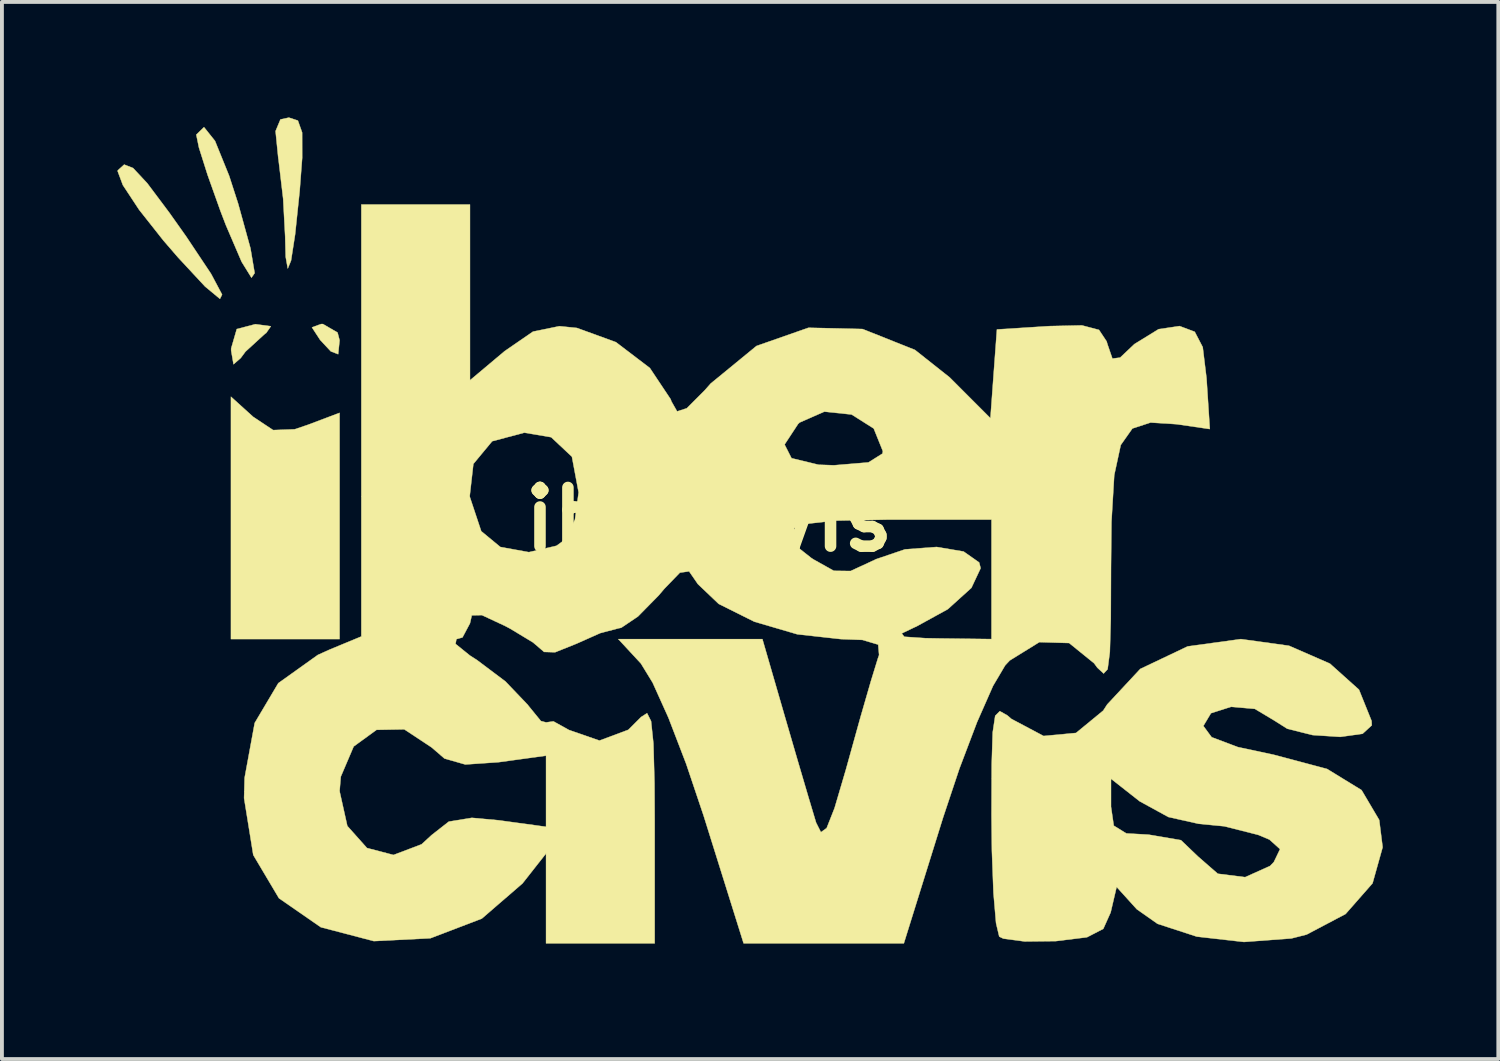
<source format=kicad_pcb>
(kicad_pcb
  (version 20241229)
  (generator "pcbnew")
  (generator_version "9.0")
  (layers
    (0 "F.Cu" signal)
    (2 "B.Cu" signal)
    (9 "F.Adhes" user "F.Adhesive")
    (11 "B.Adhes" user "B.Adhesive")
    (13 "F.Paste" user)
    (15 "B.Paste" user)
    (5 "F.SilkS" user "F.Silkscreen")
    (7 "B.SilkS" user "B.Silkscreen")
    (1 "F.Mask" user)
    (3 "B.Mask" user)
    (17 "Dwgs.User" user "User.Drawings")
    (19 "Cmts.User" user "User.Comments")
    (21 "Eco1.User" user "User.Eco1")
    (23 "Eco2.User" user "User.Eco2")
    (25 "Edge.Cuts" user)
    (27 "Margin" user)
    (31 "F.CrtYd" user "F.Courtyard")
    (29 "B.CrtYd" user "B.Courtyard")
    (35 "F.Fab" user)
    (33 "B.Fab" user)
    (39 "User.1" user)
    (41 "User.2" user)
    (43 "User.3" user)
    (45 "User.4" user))
  (footprint "ibercivis"
    (layer "F.Cu")
    (at 15.367 10.447)
    (property "Reference" "ibercivis" (at 0 0 0) (layer "F.SilkS") (effects (font (size 1.524 1.524) (thickness 0.3))))
    (attr through_hole)
    (fp_poly (pts (xy -11.839 -2.668) (xy -11.322 -2.325) (xy -10.763 -2.346) (xy -10.428 -2.459) (xy -9.596 -2.773) (xy -9.596 3.104) (xy -12.418 3.104) (xy -12.418 -3.192) (xy -11.839 -2.668)) (stroke (width 0.01) (type solid)) (fill yes) (layer "F.SilkS"))
    (fp_poly (pts (xy -9.649 -4.859) (xy -9.596 -4.657) (xy -9.633 -4.296) (xy -9.825 -4.371) (xy -10.101 -4.667) (xy -10.314 -4.993) (xy -10.077 -5.08) (xy -10.03 -5.08) (xy -9.649 -4.859)) (stroke (width 0.01) (type solid)) (fill yes) (layer "F.SilkS"))
    (fp_poly (pts (xy -11.381 -5.022) (xy -11.503 -4.847) (xy -11.534 -4.827) (xy -12.041 -4.363) (xy -12.165 -4.196) (xy -12.351 -4.034) (xy -12.413 -4.393) (xy -12.413 -4.445) (xy -12.267 -4.949) (xy -11.783 -5.076) (xy -11.381 -5.022)) (stroke (width 0.01) (type solid)) (fill yes) (layer "F.SilkS"))
    (fp_poly (pts (xy -12.832 -9.836) (xy -12.465 -8.931) (xy -12.231 -8.207) (xy -11.911 -7.047) (xy -11.802 -6.403) (xy -11.885 -6.284) (xy -12.141 -6.697) (xy -12.55 -7.65) (xy -12.693 -8.023) (xy -13.025 -8.954) (xy -13.249 -9.662) (xy -13.318 -9.997) (xy -13.318 -9.999) (xy -13.118 -10.194) (xy -12.832 -9.836)) (stroke (width 0.01) (type solid)) (fill yes) (layer "F.SilkS"))
    (fp_poly (pts (xy -14.96 -9.131) (xy -14.592 -8.737) (xy -14.02 -7.974) (xy -13.58 -7.353) (xy -12.935 -6.385) (xy -12.648 -5.845) (xy -12.704 -5.734) (xy -13.091 -6.055) (xy -13.793 -6.811) (xy -14.175 -7.253) (xy -14.803 -8.048) (xy -15.226 -8.69) (xy -15.362 -9.054) (xy -15.355 -9.074) (xy -15.191 -9.222) (xy -14.96 -9.131)) (stroke (width 0.01) (type solid)) (fill yes) (layer "F.SilkS"))
    (fp_poly (pts (xy -10.679 -10.365) (xy -10.569 -10.055) (xy -10.568 -9.396) (xy -10.633 -8.537) (xy -10.751 -7.41) (xy -10.857 -6.728) (xy -10.942 -6.522) (xy -10.996 -6.825) (xy -11.01 -7.361) (xy -11.062 -8.337) (xy -11.183 -9.358) (xy -11.188 -9.384) (xy -11.259 -10.091) (xy -11.132 -10.395) (xy -10.913 -10.442) (xy -10.679 -10.365)) (stroke (width 0.01) (type solid)) (fill yes) (layer "F.SilkS"))
    (fp_poly (pts (xy 15.066 3.277) (xy 16.129 3.741) (xy 16.884 4.418) (xy 17.211 5.23) (xy 17.216 5.344) (xy 16.977 5.563) (xy 16.397 5.644) (xy 15.678 5.597) (xy 15.022 5.433) (xy 14.664 5.207) (xy 14.177 4.916) (xy 13.56 4.863) (xy 13.039 5.029) (xy 12.841 5.36) (xy 13.056 5.652) (xy 13.737 5.909) (xy 14.664 6.107) (xy 16.054 6.477) (xy 16.951 7.027) (xy 17.409 7.802) (xy 17.498 8.511) (xy 17.236 9.447) (xy 16.536 10.244) (xy 15.522 10.779) (xy 15.129 10.879) (xy 13.896 10.971) (xy 12.671 10.832) (xy 11.65 10.499) (xy 11.112 10.121) (xy 10.588 9.542) (xy 10.433 10.204) (xy 10.242 10.63) (xy 9.818 10.849) (xy 9.009 10.949) (xy 8.201 10.958) (xy 7.646 10.884) (xy 7.539 10.832) (xy 7.456 10.482) (xy 7.389 9.695) (xy 7.348 8.599) (xy 7.338 7.67) (xy 7.339 7.458) (xy 10.442 7.458) (xy 10.514 7.95) (xy 10.839 8.151) (xy 11.42 8.184) (xy 12.259 8.327) (xy 12.7 8.749) (xy 13.216 9.199) (xy 13.926 9.288) (xy 14.575 8.996) (xy 14.672 8.895) (xy 14.833 8.56) (xy 14.558 8.312) (xy 14.265 8.189) (xy 13.384 7.966) (xy 12.72 7.902) (xy 11.933 7.726) (xy 11.186 7.317) (xy 10.442 6.732) (xy 10.442 7.458) (xy 7.339 7.458) (xy 7.343 6.359) (xy 7.369 5.529) (xy 7.434 5.096) (xy 7.554 4.976) (xy 7.748 5.085) (xy 7.854 5.177) (xy 8.691 5.621) (xy 9.533 5.542) (xy 10.24 4.961) (xy 10.343 4.802) (xy 11.202 3.879) (xy 12.432 3.294) (xy 13.815 3.104) (xy 15.066 3.277)) (stroke (width 0.01) (type solid)) (fill yes) (layer "F.SilkS"))
    (fp_poly (pts (xy -6.209 -3.619) (xy -5.307 -4.377) (xy -4.572 -4.883) (xy -3.886 -5.024) (xy -3.432 -4.978) (xy -2.418 -4.609) (xy -1.537 -3.938) (xy -0.996 -3.126) (xy -0.976 -3.069) (xy -0.829 -2.811) (xy -0.577 -2.892) (xy -0.112 -3.358) (xy 0.042 -3.533) (xy 1.233 -4.51) (xy 2.583 -4.983) (xy 3.988 -4.95) (xy 5.349 -4.408) (xy 6.252 -3.693) (xy 7.31 -2.634) (xy 7.394 -3.787) (xy 7.479 -4.939) (xy 8.842 -5.026) (xy 9.686 -5.045) (xy 10.13 -4.928) (xy 10.329 -4.628) (xy 10.349 -4.558) (xy 10.478 -4.183) (xy 10.679 -4.208) (xy 11.05 -4.559) (xy 11.678 -4.946) (xy 12.223 -5.027) (xy 12.617 -4.879) (xy 12.825 -4.479) (xy 12.923 -3.674) (xy 12.925 -3.645) (xy 13.009 -2.352) (xy 12.147 -2.478) (xy 11.47 -2.521) (xy 10.998 -2.367) (xy 10.695 -1.937) (xy 10.526 -1.154) (xy 10.454 0.059) (xy 10.442 1.226) (xy 10.437 2.577) (xy 10.412 3.438) (xy 10.354 3.887) (xy 10.251 3.998) (xy 10.088 3.848) (xy 10.003 3.732) (xy 9.354 3.206) (xy 8.581 3.183) (xy 7.812 3.659) (xy 7.694 3.785) (xy 7.378 4.319) (xy 6.963 5.26) (xy 6.503 6.472) (xy 6.081 7.736) (xy 5.061 11.007) (xy 0.899 11.007) (xy -0.14 7.691) (xy -0.593 6.345) (xy -1.053 5.148) (xy -1.465 4.234) (xy -1.768 3.739) (xy -2.356 3.104) (xy 1.387 3.104) (xy 1.98 5.151) (xy 2.3 6.249) (xy 2.584 7.213) (xy 2.774 7.847) (xy 2.783 7.875) (xy 2.907 8.12) (xy 3.056 8.013) (xy 3.261 7.494) (xy 3.554 6.5) (xy 3.626 6.241) (xy 3.935 5.13) (xy 4.204 4.2) (xy 4.386 3.608) (xy 4.418 3.517) (xy 4.395 3.247) (xy 3.984 3.125) (xy 3.423 3.104) (xy 2.294 2.979) (xy 1.176 2.651) (xy 0.252 2.19) (xy -0.295 1.669) (xy -0.304 1.653) (xy -0.517 1.344) (xy -0.756 1.378) (xy -1.164 1.8) (xy -1.308 1.97) (xy -1.845 2.516) (xy -2.28 2.809) (xy -2.353 2.824) (xy -2.824 2.948) (xy -3.442 3.223) (xy -3.998 3.446) (xy -4.286 3.437) (xy -4.289 3.433) (xy -4.573 3.19) (xy -5.164 2.833) (xy -5.292 2.765) (xy -5.9 2.481) (xy -6.162 2.487) (xy -6.209 2.694) (xy -6.404 3.061) (xy -6.562 3.105) (xy -6.584 3.229) (xy -6.206 3.534) (xy -6.03 3.646) (xy -5.289 4.203) (xy -4.708 4.811) (xy -4.69 4.836) (xy -4.367 5.232) (xy -4.233 5.268) (xy -4.041 5.241) (xy -3.636 5.466) (xy -2.846 5.74) (xy -2.096 5.46) (xy -1.764 5.128) (xy -1.609 5.029) (xy -1.505 5.235) (xy -1.444 5.817) (xy -1.416 6.845) (xy -1.411 7.848) (xy -1.411 11.007) (xy -4.233 11.007) (xy -4.233 8.673) (xy -4.845 9.451) (xy -5.903 10.365) (xy -7.239 10.875) (xy -8.706 10.949) (xy -10.084 10.588) (xy -11.171 9.835) (xy -11.838 8.712) (xy -12.077 7.234) (xy -12.072 7.056) (xy -9.596 7.056) (xy -9.395 7.958) (xy -8.884 8.531) (xy -8.196 8.711) (xy -7.466 8.434) (xy -7.206 8.195) (xy -6.759 7.845) (xy -6.16 7.747) (xy -5.469 7.81) (xy -4.233 7.979) (xy -4.233 6.132) (xy -5.469 6.302) (xy -6.33 6.361) (xy -6.872 6.206) (xy -7.206 5.917) (xy -7.916 5.448) (xy -8.636 5.461) (xy -9.23 5.893) (xy -9.565 6.678) (xy -9.596 7.056) (xy -12.072 7.056) (xy -12.063 6.707) (xy -11.801 5.282) (xy -11.188 4.249) (xy -10.162 3.516) (xy -9.85 3.375) (xy -9.031 3.036) (xy -9.031 -0.601) (xy -6.217 -0.601) (xy -5.917 0.301) (xy -5.419 0.712) (xy -4.679 0.846) (xy -3.962 0.68) (xy -3.725 0.508) (xy -3.627 0.303) (xy 2.048 0.303) (xy 2.14 0.588) (xy 2.654 0.995) (xy 2.708 1.031) (xy 3.242 1.33) (xy 3.677 1.336) (xy 4.298 1.049) (xy 4.331 1.031) (xy 5.091 0.773) (xy 5.911 0.711) (xy 6.613 0.829) (xy 7.017 1.113) (xy 7.056 1.262) (xy 6.816 1.773) (xy 6.202 2.328) (xy 5.374 2.783) (xy 5.356 2.789) (xy 5.006 2.956) (xy 5.072 3.043) (xy 5.616 3.08) (xy 5.997 3.087) (xy 7.338 3.104) (xy 7.338 0) (xy 4.657 0) (xy 3.272 0.027) (xy 2.414 0.122) (xy 2.048 0.303) (xy -3.627 0.303) (xy -3.482 -0.002) (xy -3.387 -0.706) (xy -3.561 -1.634) (xy -3.898 -1.95) (xy 1.963 -1.95) (xy 2.143 -1.595) (xy 2.846 -1.425) (xy 3.246 -1.411) (xy 4.142 -1.486) (xy 4.506 -1.715) (xy 4.516 -1.778) (xy 4.279 -2.366) (xy 3.704 -2.73) (xy 2.995 -2.804) (xy 2.356 -2.523) (xy 2.314 -2.484) (xy 1.963 -1.95) (xy -3.898 -1.95) (xy -4.1 -2.14) (xy -4.798 -2.258) (xy -5.632 -2.036) (xy -6.121 -1.446) (xy -6.217 -0.601) (xy -9.031 -0.601) (xy -9.031 -8.184) (xy -6.209 -8.184) (xy -6.209 -3.619)) (stroke (width 0.01) (type solid)) (fill yes) (layer "F.SilkS")))
  (gr_rect
    (start -3 -3)
    (end 35.87 24.459)
    (stroke (width 0.1) (type default))
    (fill no)
    (layer "Edge.Cuts")))
</source>
